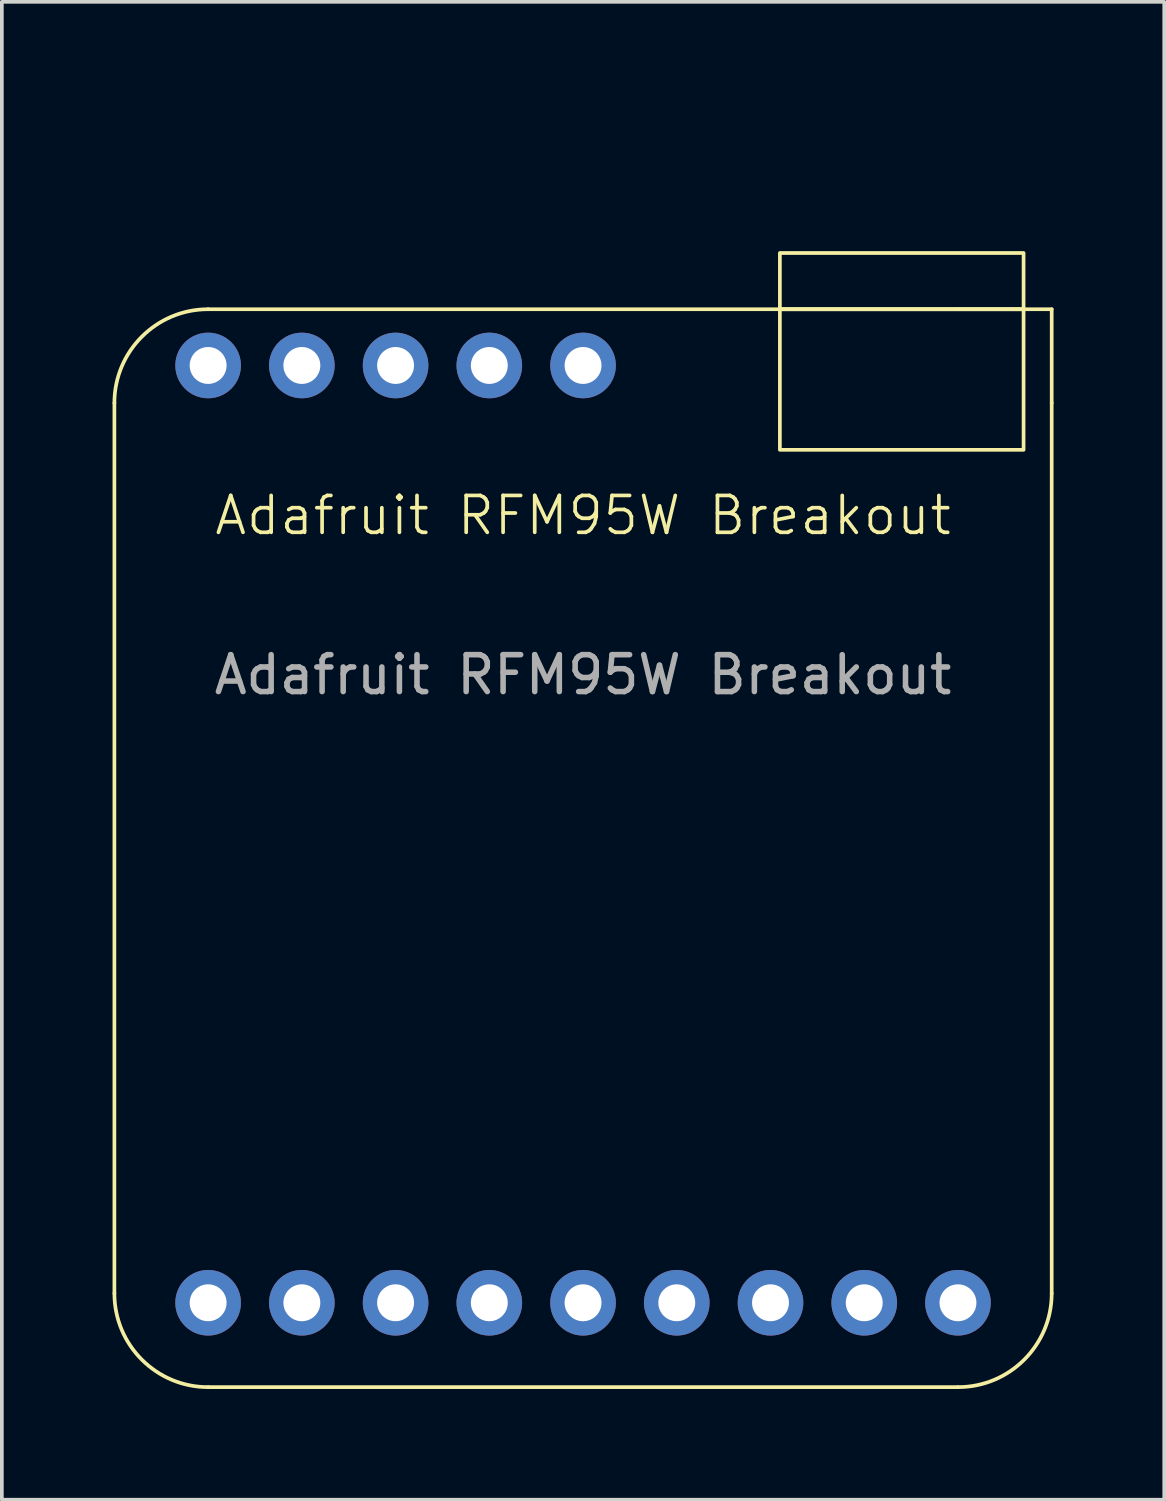
<source format=kicad_pcb>
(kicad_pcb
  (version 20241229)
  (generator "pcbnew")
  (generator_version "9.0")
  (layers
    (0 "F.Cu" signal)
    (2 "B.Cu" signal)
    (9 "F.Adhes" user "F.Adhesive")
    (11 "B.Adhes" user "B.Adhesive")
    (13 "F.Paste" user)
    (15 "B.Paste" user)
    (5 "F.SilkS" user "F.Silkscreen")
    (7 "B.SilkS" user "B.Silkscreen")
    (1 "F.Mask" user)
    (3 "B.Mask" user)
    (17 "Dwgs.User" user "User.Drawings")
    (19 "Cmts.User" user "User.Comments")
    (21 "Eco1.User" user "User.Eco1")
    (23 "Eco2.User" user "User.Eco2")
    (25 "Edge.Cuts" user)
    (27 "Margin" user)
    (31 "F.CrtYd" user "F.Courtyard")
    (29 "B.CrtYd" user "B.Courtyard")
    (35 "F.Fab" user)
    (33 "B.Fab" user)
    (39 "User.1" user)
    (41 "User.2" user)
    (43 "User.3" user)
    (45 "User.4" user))
  (footprint "Adafruit RFM95W Breakout"
    (layer "F.Cu")
    (at 12.75 0.25)
    (property "Reference" "Adafruit RFM95W Breakout" (at 0 10.668 0) (unlocked yes) (layer "F.SilkS") (effects (font (size 1 1) (thickness 0.1))))
    (attr through_hole)
    (fp_line (start -12.7 31.75) (end -12.7 7.62) (stroke (width 0.1) (type default)) (layer "F.SilkS"))
    (fp_line (start -10.16 5.08) (end 10.16 5.08) (stroke (width 0.1) (type default)) (layer "F.SilkS"))
    (fp_line (start 10.16 34.29) (end -10.16 34.29) (stroke (width 0.1) (type default)) (layer "F.SilkS"))
    (fp_line (start 12.7 5.08) (end 10.16 5.08) (stroke (width 0.1) (type default)) (layer "F.SilkS"))
    (fp_line (start 12.7 7.62) (end 12.7 5.08) (stroke (width 0.1) (type default)) (layer "F.SilkS"))
    (fp_line (start 12.7 7.62) (end 12.7 31.75) (stroke (width 0.1) (type default)) (layer "F.SilkS"))
    (fp_rect (start 5.334 3.556) (end 11.938 5.08) (stroke (width 0.1) (type default)) (fill no) (layer "F.SilkS"))
    (fp_rect (start 5.334 5.08) (end 11.938 8.89) (stroke (width 0.1) (type default)) (fill no) (layer "F.SilkS"))
    (fp_arc (start -12.7 7.62) (mid -11.956051 5.823949) (end -10.16 5.08) (stroke (width 0.1) (type default)) (layer "F.SilkS"))
    (fp_arc (start -10.16 34.29) (mid -11.956051 33.546051) (end -12.7 31.75) (stroke (width 0.1) (type default)) (layer "F.SilkS"))
    (fp_arc (start 12.7 31.75) (mid 11.956051 33.546051) (end 10.16 34.29) (stroke (width 0.1) (type default)) (layer "F.SilkS"))
    (fp_text user "${REFERENCE}" (at 0 14.986 0) (unlocked yes) (layer "F.Fab") (effects (font (size 1 1) (thickness 0.15))))
    (pad "1" thru_hole circle (at -10.16 32.004) (size 1.778 1.778) (drill 1) (layers "*.Cu" "*.Mask"))
    (pad "2" thru_hole circle (at -7.62 32.004) (size 1.778 1.778) (drill 1) (layers "*.Cu" "*.Mask"))
    (pad "3" thru_hole circle (at -5.08 32.004) (size 1.778 1.778) (drill 1) (layers "*.Cu" "*.Mask"))
    (pad "4" thru_hole circle (at -2.54 32.004) (size 1.778 1.778) (drill 1) (layers "*.Cu" "*.Mask"))
    (pad "5" thru_hole circle (at 0 32.004) (size 1.778 1.778) (drill 1) (layers "*.Cu" "*.Mask"))
    (pad "6" thru_hole circle (at 2.54 32.004) (size 1.778 1.778) (drill 1) (layers "*.Cu" "*.Mask"))
    (pad "7" thru_hole circle (at 5.08 32.004) (size 1.778 1.778) (drill 1) (layers "*.Cu" "*.Mask"))
    (pad "8" thru_hole circle (at 7.62 32.004) (size 1.778 1.778) (drill 1) (layers "*.Cu" "*.Mask"))
    (pad "9" thru_hole circle (at 10.16 32.004) (size 1.778 1.778) (drill 1) (layers "*.Cu" "*.Mask"))
    (pad "10" thru_hole circle (at -10.16 6.604) (size 1.778 1.778) (drill 1) (layers "*.Cu" "*.Mask"))
    (pad "11" thru_hole circle (at -7.62 6.604) (size 1.778 1.778) (drill 1) (layers "*.Cu" "*.Mask"))
    (pad "12" thru_hole circle (at -5.08 6.604) (size 1.778 1.778) (drill 1) (layers "*.Cu" "*.Mask"))
    (pad "13" thru_hole circle (at -2.54 6.604) (size 1.778 1.778) (drill 1) (layers "*.Cu" "*.Mask"))
    (pad "14" thru_hole circle (at 0 6.604) (size 1.778 1.778) (drill 1) (layers "*.Cu" "*.Mask")))
  (gr_rect
    (start -3 -3)
    (end 28.5 37.59)
    (stroke (width 0.1) (type default))
    (fill no)
    (layer "Edge.Cuts")))
</source>
